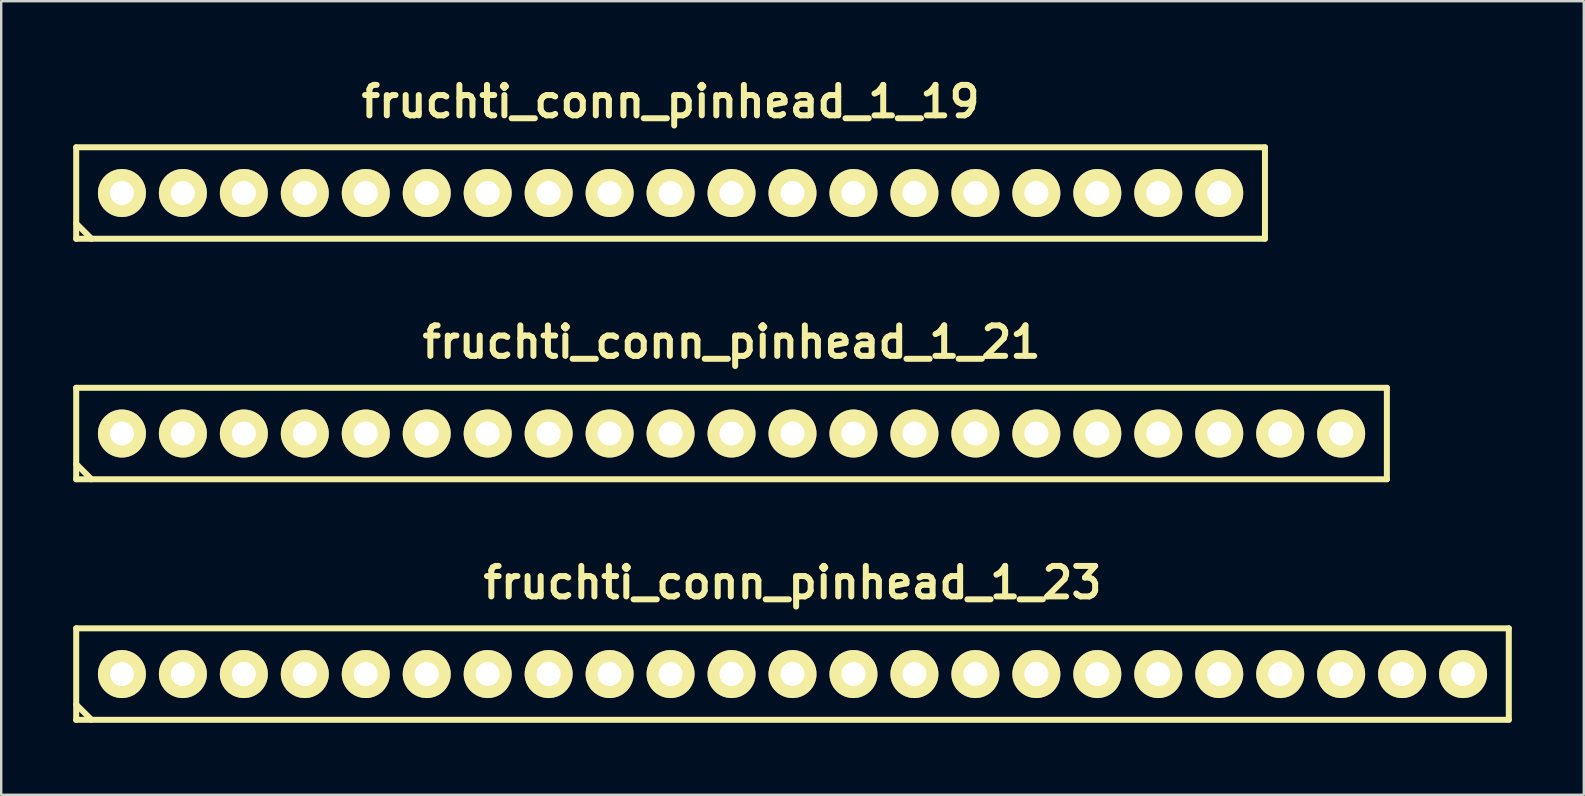
<source format=kicad_pcb>
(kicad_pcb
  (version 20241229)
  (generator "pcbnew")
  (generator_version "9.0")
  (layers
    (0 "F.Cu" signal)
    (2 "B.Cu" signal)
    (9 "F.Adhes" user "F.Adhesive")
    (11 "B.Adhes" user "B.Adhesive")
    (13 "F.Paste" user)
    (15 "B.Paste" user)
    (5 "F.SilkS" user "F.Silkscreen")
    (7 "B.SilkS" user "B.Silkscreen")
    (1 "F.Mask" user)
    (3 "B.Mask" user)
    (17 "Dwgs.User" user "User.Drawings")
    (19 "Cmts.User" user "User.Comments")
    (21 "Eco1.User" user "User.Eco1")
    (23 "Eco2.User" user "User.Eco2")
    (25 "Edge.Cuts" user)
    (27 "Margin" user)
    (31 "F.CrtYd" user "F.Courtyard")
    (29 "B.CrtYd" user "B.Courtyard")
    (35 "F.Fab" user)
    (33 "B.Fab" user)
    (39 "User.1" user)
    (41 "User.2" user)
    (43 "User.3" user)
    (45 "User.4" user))
  (footprint "fruchti_conn_pinhead_1_21"
    (layer "F.Cu")
    (at 27.43 15.013)
    (property "Reference" "fruchti_conn_pinhead_1_21" (at 0 -3.81 0) (layer "F.SilkS") (effects (font (size 1.27 1.27) (thickness 0.25))))
    (attr through_hole)
    (fp_line (start -27.305 -1.905) (end -27.305 1.905) (stroke (width 0.25) (type solid)) (layer "F.SilkS"))
    (fp_line (start -27.305 -1.905) (end 27.305 -1.905) (stroke (width 0.25) (type solid)) (layer "F.SilkS"))
    (fp_line (start -27.305 1.27) (end -26.67 1.905) (stroke (width 0.25) (type solid)) (layer "F.SilkS"))
    (fp_line (start 27.305 1.905) (end -27.305 1.905) (stroke (width 0.25) (type solid)) (layer "F.SilkS"))
    (fp_line (start 27.305 1.905) (end 27.305 -1.905) (stroke (width 0.25) (type solid)) (layer "F.SilkS"))
    (pad "1" thru_hole circle (at -25.4 0) (size 1.999 1.999) (drill 1.001) (layers "*.Cu" "*.Mask" "F.SilkS"))
    (pad "2" thru_hole circle (at -22.86 0) (size 1.999 1.999) (drill 1.001) (layers "*.Cu" "*.Mask" "F.SilkS"))
    (pad "3" thru_hole circle (at -20.32 0) (size 1.999 1.999) (drill 1.001) (layers "*.Cu" "*.Mask" "F.SilkS"))
    (pad "4" thru_hole circle (at -17.78 0) (size 1.999 1.999) (drill 1.001) (layers "*.Cu" "*.Mask" "F.SilkS"))
    (pad "5" thru_hole circle (at -15.24 0) (size 1.999 1.999) (drill 1.001) (layers "*.Cu" "*.Mask" "F.SilkS"))
    (pad "6" thru_hole circle (at -12.7 0) (size 1.999 1.999) (drill 1.001) (layers "*.Cu" "*.Mask" "F.SilkS"))
    (pad "7" thru_hole circle (at -10.16 0) (size 1.999 1.999) (drill 1.001) (layers "*.Cu" "*.Mask" "F.SilkS"))
    (pad "8" thru_hole circle (at -7.62 0) (size 1.999 1.999) (drill 1.001) (layers "*.Cu" "*.Mask" "F.SilkS"))
    (pad "9" thru_hole circle (at -5.08 0) (size 1.999 1.999) (drill 1.001) (layers "*.Cu" "*.Mask" "F.SilkS"))
    (pad "10" thru_hole circle (at -2.54 0) (size 1.999 1.999) (drill 1.001) (layers "*.Cu" "*.Mask" "F.SilkS"))
    (pad "11" thru_hole circle (at 0 0) (size 1.999 1.999) (drill 1.001) (layers "*.Cu" "*.Mask" "F.SilkS"))
    (pad "12" thru_hole circle (at 2.54 0) (size 1.999 1.999) (drill 1.001) (layers "*.Cu" "*.Mask" "F.SilkS"))
    (pad "13" thru_hole circle (at 5.08 0) (size 1.999 1.999) (drill 1.001) (layers "*.Cu" "*.Mask" "F.SilkS"))
    (pad "14" thru_hole circle (at 7.62 0) (size 1.999 1.999) (drill 1.001) (layers "*.Cu" "*.Mask" "F.SilkS"))
    (pad "15" thru_hole circle (at 10.16 0) (size 1.999 1.999) (drill 1.001) (layers "*.Cu" "*.Mask" "F.SilkS"))
    (pad "16" thru_hole circle (at 12.7 0) (size 1.999 1.999) (drill 1.001) (layers "*.Cu" "*.Mask" "F.SilkS"))
    (pad "17" thru_hole circle (at 15.24 0) (size 1.999 1.999) (drill 1.001) (layers "*.Cu" "*.Mask" "F.SilkS"))
    (pad "18" thru_hole circle (at 17.78 0) (size 1.999 1.999) (drill 1.001) (layers "*.Cu" "*.Mask" "F.SilkS"))
    (pad "19" thru_hole circle (at 20.32 0) (size 1.999 1.999) (drill 1.001) (layers "*.Cu" "*.Mask" "F.SilkS"))
    (pad "20" thru_hole circle (at 22.86 0) (size 1.999 1.999) (drill 1.001) (layers "*.Cu" "*.Mask" "F.SilkS"))
    (pad "21" thru_hole circle (at 25.4 0) (size 1.999 1.999) (drill 1.001) (layers "*.Cu" "*.Mask" "F.SilkS")))
  (footprint "fruchti_conn_pinhead_1_23"
    (layer "F.Cu")
    (at 29.97 25.035)
    (property "Reference" "fruchti_conn_pinhead_1_23" (at 0 -3.81 0) (layer "F.SilkS") (effects (font (size 1.27 1.27) (thickness 0.25))))
    (attr through_hole)
    (fp_line (start -29.845 -1.905) (end -29.845 1.905) (stroke (width 0.25) (type solid)) (layer "F.SilkS"))
    (fp_line (start -29.845 -1.905) (end 29.845 -1.905) (stroke (width 0.25) (type solid)) (layer "F.SilkS"))
    (fp_line (start -29.845 1.27) (end -29.21 1.905) (stroke (width 0.25) (type solid)) (layer "F.SilkS"))
    (fp_line (start 29.845 1.905) (end -29.845 1.905) (stroke (width 0.25) (type solid)) (layer "F.SilkS"))
    (fp_line (start 29.845 1.905) (end 29.845 -1.905) (stroke (width 0.25) (type solid)) (layer "F.SilkS"))
    (pad "1" thru_hole circle (at -27.94 0) (size 1.999 1.999) (drill 1.001) (layers "*.Cu" "*.Mask" "F.SilkS"))
    (pad "2" thru_hole circle (at -25.4 0) (size 1.999 1.999) (drill 1.001) (layers "*.Cu" "*.Mask" "F.SilkS"))
    (pad "3" thru_hole circle (at -22.86 0) (size 1.999 1.999) (drill 1.001) (layers "*.Cu" "*.Mask" "F.SilkS"))
    (pad "4" thru_hole circle (at -20.32 0) (size 1.999 1.999) (drill 1.001) (layers "*.Cu" "*.Mask" "F.SilkS"))
    (pad "5" thru_hole circle (at -17.78 0) (size 1.999 1.999) (drill 1.001) (layers "*.Cu" "*.Mask" "F.SilkS"))
    (pad "6" thru_hole circle (at -15.24 0) (size 1.999 1.999) (drill 1.001) (layers "*.Cu" "*.Mask" "F.SilkS"))
    (pad "7" thru_hole circle (at -12.7 0) (size 1.999 1.999) (drill 1.001) (layers "*.Cu" "*.Mask" "F.SilkS"))
    (pad "8" thru_hole circle (at -10.16 0) (size 1.999 1.999) (drill 1.001) (layers "*.Cu" "*.Mask" "F.SilkS"))
    (pad "9" thru_hole circle (at -7.62 0) (size 1.999 1.999) (drill 1.001) (layers "*.Cu" "*.Mask" "F.SilkS"))
    (pad "10" thru_hole circle (at -5.08 0) (size 1.999 1.999) (drill 1.001) (layers "*.Cu" "*.Mask" "F.SilkS"))
    (pad "11" thru_hole circle (at -2.54 0) (size 1.999 1.999) (drill 1.001) (layers "*.Cu" "*.Mask" "F.SilkS"))
    (pad "12" thru_hole circle (at 0 0) (size 1.999 1.999) (drill 1.001) (layers "*.Cu" "*.Mask" "F.SilkS"))
    (pad "13" thru_hole circle (at 2.54 0) (size 1.999 1.999) (drill 1.001) (layers "*.Cu" "*.Mask" "F.SilkS"))
    (pad "14" thru_hole circle (at 5.08 0) (size 1.999 1.999) (drill 1.001) (layers "*.Cu" "*.Mask" "F.SilkS"))
    (pad "15" thru_hole circle (at 7.62 0) (size 1.999 1.999) (drill 1.001) (layers "*.Cu" "*.Mask" "F.SilkS"))
    (pad "16" thru_hole circle (at 10.16 0) (size 1.999 1.999) (drill 1.001) (layers "*.Cu" "*.Mask" "F.SilkS"))
    (pad "17" thru_hole circle (at 12.7 0) (size 1.999 1.999) (drill 1.001) (layers "*.Cu" "*.Mask" "F.SilkS"))
    (pad "18" thru_hole circle (at 15.24 0) (size 1.999 1.999) (drill 1.001) (layers "*.Cu" "*.Mask" "F.SilkS"))
    (pad "19" thru_hole circle (at 17.78 0) (size 1.999 1.999) (drill 1.001) (layers "*.Cu" "*.Mask" "F.SilkS"))
    (pad "20" thru_hole circle (at 20.32 0) (size 1.999 1.999) (drill 1.001) (layers "*.Cu" "*.Mask" "F.SilkS"))
    (pad "21" thru_hole circle (at 22.86 0) (size 1.999 1.999) (drill 1.001) (layers "*.Cu" "*.Mask" "F.SilkS"))
    (pad "22" thru_hole circle (at 25.4 0) (size 1.999 1.999) (drill 1.001) (layers "*.Cu" "*.Mask" "F.SilkS"))
    (pad "23" thru_hole circle (at 27.94 0) (size 1.999 1.999) (drill 1.001) (layers "*.Cu" "*.Mask" "F.SilkS")))
  (footprint "fruchti_conn_pinhead_1_19"
    (layer "F.Cu")
    (at 24.89 4.992)
    (property "Reference" "fruchti_conn_pinhead_1_19" (at 0 -3.81 0) (layer "F.SilkS") (effects (font (size 1.27 1.27) (thickness 0.25))))
    (attr through_hole)
    (fp_line (start -24.765 -1.905) (end -24.765 1.905) (stroke (width 0.25) (type solid)) (layer "F.SilkS"))
    (fp_line (start -24.765 -1.905) (end 24.765 -1.905) (stroke (width 0.25) (type solid)) (layer "F.SilkS"))
    (fp_line (start -24.765 1.27) (end -24.13 1.905) (stroke (width 0.25) (type solid)) (layer "F.SilkS"))
    (fp_line (start 24.765 1.905) (end -24.765 1.905) (stroke (width 0.25) (type solid)) (layer "F.SilkS"))
    (fp_line (start 24.765 1.905) (end 24.765 -1.905) (stroke (width 0.25) (type solid)) (layer "F.SilkS"))
    (pad "1" thru_hole circle (at -22.86 0) (size 1.999 1.999) (drill 1.001) (layers "*.Cu" "*.Mask" "F.SilkS"))
    (pad "2" thru_hole circle (at -20.32 0) (size 1.999 1.999) (drill 1.001) (layers "*.Cu" "*.Mask" "F.SilkS"))
    (pad "3" thru_hole circle (at -17.78 0) (size 1.999 1.999) (drill 1.001) (layers "*.Cu" "*.Mask" "F.SilkS"))
    (pad "4" thru_hole circle (at -15.24 0) (size 1.999 1.999) (drill 1.001) (layers "*.Cu" "*.Mask" "F.SilkS"))
    (pad "5" thru_hole circle (at -12.7 0) (size 1.999 1.999) (drill 1.001) (layers "*.Cu" "*.Mask" "F.SilkS"))
    (pad "6" thru_hole circle (at -10.16 0) (size 1.999 1.999) (drill 1.001) (layers "*.Cu" "*.Mask" "F.SilkS"))
    (pad "7" thru_hole circle (at -7.62 0) (size 1.999 1.999) (drill 1.001) (layers "*.Cu" "*.Mask" "F.SilkS"))
    (pad "8" thru_hole circle (at -5.08 0) (size 1.999 1.999) (drill 1.001) (layers "*.Cu" "*.Mask" "F.SilkS"))
    (pad "9" thru_hole circle (at -2.54 0) (size 1.999 1.999) (drill 1.001) (layers "*.Cu" "*.Mask" "F.SilkS"))
    (pad "10" thru_hole circle (at 0 0) (size 1.999 1.999) (drill 1.001) (layers "*.Cu" "*.Mask" "F.SilkS"))
    (pad "11" thru_hole circle (at 2.54 0) (size 1.999 1.999) (drill 1.001) (layers "*.Cu" "*.Mask" "F.SilkS"))
    (pad "12" thru_hole circle (at 5.08 0) (size 1.999 1.999) (drill 1.001) (layers "*.Cu" "*.Mask" "F.SilkS"))
    (pad "13" thru_hole circle (at 7.62 0) (size 1.999 1.999) (drill 1.001) (layers "*.Cu" "*.Mask" "F.SilkS"))
    (pad "14" thru_hole circle (at 10.16 0) (size 1.999 1.999) (drill 1.001) (layers "*.Cu" "*.Mask" "F.SilkS"))
    (pad "15" thru_hole circle (at 12.7 0) (size 1.999 1.999) (drill 1.001) (layers "*.Cu" "*.Mask" "F.SilkS"))
    (pad "16" thru_hole circle (at 15.24 0) (size 1.999 1.999) (drill 1.001) (layers "*.Cu" "*.Mask" "F.SilkS"))
    (pad "17" thru_hole circle (at 17.78 0) (size 1.999 1.999) (drill 1.001) (layers "*.Cu" "*.Mask" "F.SilkS"))
    (pad "18" thru_hole circle (at 20.32 0) (size 1.999 1.999) (drill 1.001) (layers "*.Cu" "*.Mask" "F.SilkS"))
    (pad "19" thru_hole circle (at 22.86 0) (size 1.999 1.999) (drill 1.001) (layers "*.Cu" "*.Mask" "F.SilkS")))
  (gr_rect
    (start -3 -3)
    (end 62.94 30.065)
    (stroke (width 0.1) (type default))
    (fill no)
    (layer "Edge.Cuts")))
</source>
